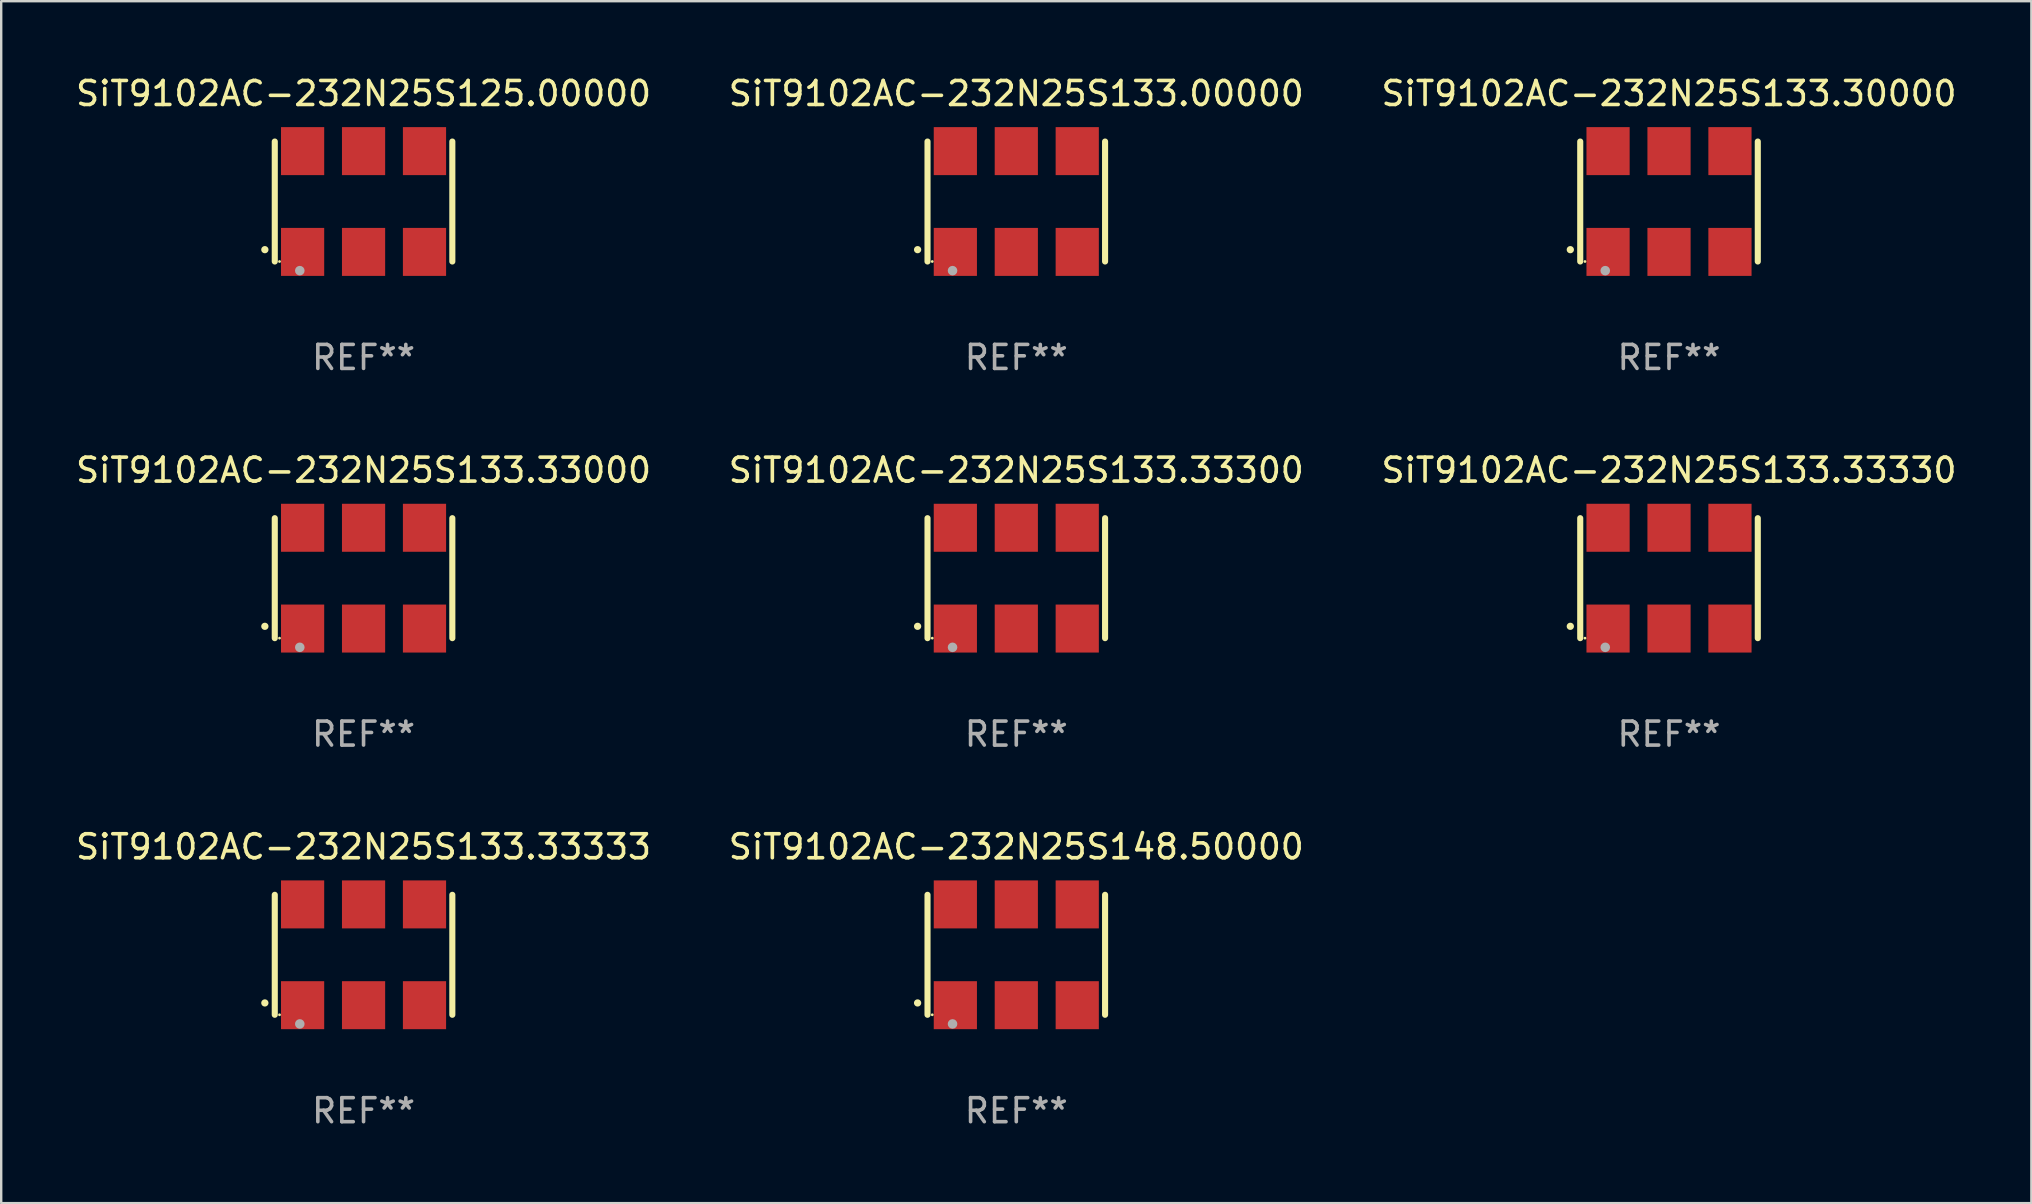
<source format=kicad_pcb>
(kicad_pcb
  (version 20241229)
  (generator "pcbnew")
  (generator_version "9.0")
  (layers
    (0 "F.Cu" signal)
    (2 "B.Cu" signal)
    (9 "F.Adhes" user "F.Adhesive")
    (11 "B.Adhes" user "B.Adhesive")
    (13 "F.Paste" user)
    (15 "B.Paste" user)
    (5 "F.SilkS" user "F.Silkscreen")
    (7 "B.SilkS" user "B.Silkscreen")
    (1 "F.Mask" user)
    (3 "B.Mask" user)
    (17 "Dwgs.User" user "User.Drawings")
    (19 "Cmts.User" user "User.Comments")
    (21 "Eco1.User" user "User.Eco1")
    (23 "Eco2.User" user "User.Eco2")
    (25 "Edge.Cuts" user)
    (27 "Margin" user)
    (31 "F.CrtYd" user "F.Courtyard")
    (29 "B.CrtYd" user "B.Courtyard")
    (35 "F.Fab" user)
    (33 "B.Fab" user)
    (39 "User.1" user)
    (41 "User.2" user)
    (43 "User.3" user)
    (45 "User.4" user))
  (footprint "SiT9102AC-232N25S125.00000"
    (layer "F.Cu")
    (at 12.101 5.348)
    (property "Reference" "SiT9102AC-232N25S125.00000" (at 0 -4.5 0) (layer "F.SilkS") (effects (font (size 1 1) (thickness 0.15))))
    (attr through_hole)
    (fp_line (start -3.7 -2.5) (end -3.7 2.5) (stroke (width 0.254) (type solid)) (layer "F.SilkS"))
    (fp_line (start 3.7 -2.5) (end 3.7 2.5) (stroke (width 0.254) (type solid)) (layer "F.SilkS"))
    (fp_arc (start -4.114415 2.006604) (mid -4.113145 2.006599) (end -4.111875 2.006604) (stroke (width 0.3) (type solid)) (layer "F.SilkS"))
    (fp_circle (center -3.502 2.5) (end -3.472 2.5) (stroke (width 0.06) (type solid)) (fill no) (layer "F.SilkS"))
    (fp_circle (center -2.657 2.882) (end -2.557 2.882) (stroke (width 0.2) (type solid)) (fill no) (layer "F.Fab"))
    (fp_text user "REF**" (at 0 6.5 0) (layer "F.Fab") (effects (font (size 1 1) (thickness 0.15))))
    (pad "1" smd rect (at -2.54 2.1) (size 1.8 2) (layers "F.Cu" "F.Mask" "F.Paste"))
    (pad "2" smd rect (at 0.000394 2.1) (size 1.8 2) (layers "F.Cu" "F.Mask" "F.Paste"))
    (pad "3" smd rect (at 2.54 2.1) (size 1.8 2) (layers "F.Cu" "F.Mask" "F.Paste"))
    (pad "4" smd rect (at 2.54 -2.1) (size 1.8 2) (layers "F.Cu" "F.Mask" "F.Paste"))
    (pad "5" smd rect (at 0.000394 -2.1) (size 1.8 2) (layers "F.Cu" "F.Mask" "F.Paste"))
    (pad "6" smd rect (at -2.54 -2.1) (size 1.8 2) (layers "F.Cu" "F.Mask" "F.Paste")))
  (footprint "SiT9102AC-232N25S133.30000"
    (layer "F.Cu")
    (at 66.506 5.348)
    (property "Reference" "SiT9102AC-232N25S133.30000" (at 0 -4.5 0) (layer "F.SilkS") (effects (font (size 1 1) (thickness 0.15))))
    (attr through_hole)
    (fp_line (start -3.7 -2.5) (end -3.7 2.5) (stroke (width 0.254) (type solid)) (layer "F.SilkS"))
    (fp_line (start 3.7 -2.5) (end 3.7 2.5) (stroke (width 0.254) (type solid)) (layer "F.SilkS"))
    (fp_arc (start -4.114415 2.006604) (mid -4.113145 2.006599) (end -4.111875 2.006604) (stroke (width 0.3) (type solid)) (layer "F.SilkS"))
    (fp_circle (center -3.502 2.5) (end -3.472 2.5) (stroke (width 0.06) (type solid)) (fill no) (layer "F.SilkS"))
    (fp_circle (center -2.657 2.882) (end -2.557 2.882) (stroke (width 0.2) (type solid)) (fill no) (layer "F.Fab"))
    (fp_text user "REF**" (at 0 6.5 0) (layer "F.Fab") (effects (font (size 1 1) (thickness 0.15))))
    (pad "1" smd rect (at -2.54 2.1) (size 1.8 2) (layers "F.Cu" "F.Mask" "F.Paste"))
    (pad "2" smd rect (at 0.000394 2.1) (size 1.8 2) (layers "F.Cu" "F.Mask" "F.Paste"))
    (pad "3" smd rect (at 2.54 2.1) (size 1.8 2) (layers "F.Cu" "F.Mask" "F.Paste"))
    (pad "4" smd rect (at 2.54 -2.1) (size 1.8 2) (layers "F.Cu" "F.Mask" "F.Paste"))
    (pad "5" smd rect (at 0.000394 -2.1) (size 1.8 2) (layers "F.Cu" "F.Mask" "F.Paste"))
    (pad "6" smd rect (at -2.54 -2.1) (size 1.8 2) (layers "F.Cu" "F.Mask" "F.Paste")))
  (footprint "SiT9102AC-232N25S133.33300"
    (layer "F.Cu")
    (at 39.304 21.045)
    (property "Reference" "SiT9102AC-232N25S133.33300" (at 0 -4.5 0) (layer "F.SilkS") (effects (font (size 1 1) (thickness 0.15))))
    (attr through_hole)
    (fp_line (start -3.7 -2.5) (end -3.7 2.5) (stroke (width 0.254) (type solid)) (layer "F.SilkS"))
    (fp_line (start 3.7 -2.5) (end 3.7 2.5) (stroke (width 0.254) (type solid)) (layer "F.SilkS"))
    (fp_arc (start -4.114415 2.006604) (mid -4.113145 2.006599) (end -4.111875 2.006604) (stroke (width 0.3) (type solid)) (layer "F.SilkS"))
    (fp_circle (center -3.502 2.5) (end -3.472 2.5) (stroke (width 0.06) (type solid)) (fill no) (layer "F.SilkS"))
    (fp_circle (center -2.657 2.882) (end -2.557 2.882) (stroke (width 0.2) (type solid)) (fill no) (layer "F.Fab"))
    (fp_text user "REF**" (at 0 6.5 0) (layer "F.Fab") (effects (font (size 1 1) (thickness 0.15))))
    (pad "1" smd rect (at -2.54 2.1) (size 1.8 2) (layers "F.Cu" "F.Mask" "F.Paste"))
    (pad "2" smd rect (at 0.000394 2.1) (size 1.8 2) (layers "F.Cu" "F.Mask" "F.Paste"))
    (pad "3" smd rect (at 2.54 2.1) (size 1.8 2) (layers "F.Cu" "F.Mask" "F.Paste"))
    (pad "4" smd rect (at 2.54 -2.1) (size 1.8 2) (layers "F.Cu" "F.Mask" "F.Paste"))
    (pad "5" smd rect (at 0.000394 -2.1) (size 1.8 2) (layers "F.Cu" "F.Mask" "F.Paste"))
    (pad "6" smd rect (at -2.54 -2.1) (size 1.8 2) (layers "F.Cu" "F.Mask" "F.Paste")))
  (footprint "SiT9102AC-232N25S133.33333"
    (layer "F.Cu")
    (at 12.101 36.741)
    (property "Reference" "SiT9102AC-232N25S133.33333" (at 0 -4.5 0) (layer "F.SilkS") (effects (font (size 1 1) (thickness 0.15))))
    (attr through_hole)
    (fp_line (start -3.7 -2.5) (end -3.7 2.5) (stroke (width 0.254) (type solid)) (layer "F.SilkS"))
    (fp_line (start 3.7 -2.5) (end 3.7 2.5) (stroke (width 0.254) (type solid)) (layer "F.SilkS"))
    (fp_arc (start -4.114415 2.006604) (mid -4.113145 2.006599) (end -4.111875 2.006604) (stroke (width 0.3) (type solid)) (layer "F.SilkS"))
    (fp_circle (center -3.502 2.5) (end -3.472 2.5) (stroke (width 0.06) (type solid)) (fill no) (layer "F.SilkS"))
    (fp_circle (center -2.657 2.882) (end -2.557 2.882) (stroke (width 0.2) (type solid)) (fill no) (layer "F.Fab"))
    (fp_text user "REF**" (at 0 6.5 0) (layer "F.Fab") (effects (font (size 1 1) (thickness 0.15))))
    (pad "1" smd rect (at -2.54 2.1) (size 1.8 2) (layers "F.Cu" "F.Mask" "F.Paste"))
    (pad "2" smd rect (at 0.000394 2.1) (size 1.8 2) (layers "F.Cu" "F.Mask" "F.Paste"))
    (pad "3" smd rect (at 2.54 2.1) (size 1.8 2) (layers "F.Cu" "F.Mask" "F.Paste"))
    (pad "4" smd rect (at 2.54 -2.1) (size 1.8 2) (layers "F.Cu" "F.Mask" "F.Paste"))
    (pad "5" smd rect (at 0.000394 -2.1) (size 1.8 2) (layers "F.Cu" "F.Mask" "F.Paste"))
    (pad "6" smd rect (at -2.54 -2.1) (size 1.8 2) (layers "F.Cu" "F.Mask" "F.Paste")))
  (footprint "SiT9102AC-232N25S148.50000"
    (layer "F.Cu")
    (at 39.304 36.741)
    (property "Reference" "SiT9102AC-232N25S148.50000" (at 0 -4.5 0) (layer "F.SilkS") (effects (font (size 1 1) (thickness 0.15))))
    (attr through_hole)
    (fp_line (start -3.7 -2.5) (end -3.7 2.5) (stroke (width 0.254) (type solid)) (layer "F.SilkS"))
    (fp_line (start 3.7 -2.5) (end 3.7 2.5) (stroke (width 0.254) (type solid)) (layer "F.SilkS"))
    (fp_arc (start -4.114415 2.006604) (mid -4.113145 2.006599) (end -4.111875 2.006604) (stroke (width 0.3) (type solid)) (layer "F.SilkS"))
    (fp_circle (center -3.502 2.5) (end -3.472 2.5) (stroke (width 0.06) (type solid)) (fill no) (layer "F.SilkS"))
    (fp_circle (center -2.657 2.882) (end -2.557 2.882) (stroke (width 0.2) (type solid)) (fill no) (layer "F.Fab"))
    (fp_text user "REF**" (at 0 6.5 0) (layer "F.Fab") (effects (font (size 1 1) (thickness 0.15))))
    (pad "1" smd rect (at -2.54 2.1) (size 1.8 2) (layers "F.Cu" "F.Mask" "F.Paste"))
    (pad "2" smd rect (at 0.000394 2.1) (size 1.8 2) (layers "F.Cu" "F.Mask" "F.Paste"))
    (pad "3" smd rect (at 2.54 2.1) (size 1.8 2) (layers "F.Cu" "F.Mask" "F.Paste"))
    (pad "4" smd rect (at 2.54 -2.1) (size 1.8 2) (layers "F.Cu" "F.Mask" "F.Paste"))
    (pad "5" smd rect (at 0.000394 -2.1) (size 1.8 2) (layers "F.Cu" "F.Mask" "F.Paste"))
    (pad "6" smd rect (at -2.54 -2.1) (size 1.8 2) (layers "F.Cu" "F.Mask" "F.Paste")))
  (footprint "SiT9102AC-232N25S133.33330"
    (layer "F.Cu")
    (at 66.506 21.045)
    (property "Reference" "SiT9102AC-232N25S133.33330" (at 0 -4.5 0) (layer "F.SilkS") (effects (font (size 1 1) (thickness 0.15))))
    (attr through_hole)
    (fp_line (start -3.7 -2.5) (end -3.7 2.5) (stroke (width 0.254) (type solid)) (layer "F.SilkS"))
    (fp_line (start 3.7 -2.5) (end 3.7 2.5) (stroke (width 0.254) (type solid)) (layer "F.SilkS"))
    (fp_arc (start -4.114415 2.006604) (mid -4.113145 2.006599) (end -4.111875 2.006604) (stroke (width 0.3) (type solid)) (layer "F.SilkS"))
    (fp_circle (center -3.502 2.5) (end -3.472 2.5) (stroke (width 0.06) (type solid)) (fill no) (layer "F.SilkS"))
    (fp_circle (center -2.657 2.882) (end -2.557 2.882) (stroke (width 0.2) (type solid)) (fill no) (layer "F.Fab"))
    (fp_text user "REF**" (at 0 6.5 0) (layer "F.Fab") (effects (font (size 1 1) (thickness 0.15))))
    (pad "1" smd rect (at -2.54 2.1) (size 1.8 2) (layers "F.Cu" "F.Mask" "F.Paste"))
    (pad "2" smd rect (at 0.000394 2.1) (size 1.8 2) (layers "F.Cu" "F.Mask" "F.Paste"))
    (pad "3" smd rect (at 2.54 2.1) (size 1.8 2) (layers "F.Cu" "F.Mask" "F.Paste"))
    (pad "4" smd rect (at 2.54 -2.1) (size 1.8 2) (layers "F.Cu" "F.Mask" "F.Paste"))
    (pad "5" smd rect (at 0.000394 -2.1) (size 1.8 2) (layers "F.Cu" "F.Mask" "F.Paste"))
    (pad "6" smd rect (at -2.54 -2.1) (size 1.8 2) (layers "F.Cu" "F.Mask" "F.Paste")))
  (footprint "SiT9102AC-232N25S133.33000"
    (layer "F.Cu")
    (at 12.101 21.045)
    (property "Reference" "SiT9102AC-232N25S133.33000" (at 0 -4.5 0) (layer "F.SilkS") (effects (font (size 1 1) (thickness 0.15))))
    (attr through_hole)
    (fp_line (start -3.7 -2.5) (end -3.7 2.5) (stroke (width 0.254) (type solid)) (layer "F.SilkS"))
    (fp_line (start 3.7 -2.5) (end 3.7 2.5) (stroke (width 0.254) (type solid)) (layer "F.SilkS"))
    (fp_arc (start -4.114415 2.006604) (mid -4.113145 2.006599) (end -4.111875 2.006604) (stroke (width 0.3) (type solid)) (layer "F.SilkS"))
    (fp_circle (center -3.502 2.5) (end -3.472 2.5) (stroke (width 0.06) (type solid)) (fill no) (layer "F.SilkS"))
    (fp_circle (center -2.657 2.882) (end -2.557 2.882) (stroke (width 0.2) (type solid)) (fill no) (layer "F.Fab"))
    (fp_text user "REF**" (at 0 6.5 0) (layer "F.Fab") (effects (font (size 1 1) (thickness 0.15))))
    (pad "1" smd rect (at -2.54 2.1) (size 1.8 2) (layers "F.Cu" "F.Mask" "F.Paste"))
    (pad "2" smd rect (at 0.000394 2.1) (size 1.8 2) (layers "F.Cu" "F.Mask" "F.Paste"))
    (pad "3" smd rect (at 2.54 2.1) (size 1.8 2) (layers "F.Cu" "F.Mask" "F.Paste"))
    (pad "4" smd rect (at 2.54 -2.1) (size 1.8 2) (layers "F.Cu" "F.Mask" "F.Paste"))
    (pad "5" smd rect (at 0.000394 -2.1) (size 1.8 2) (layers "F.Cu" "F.Mask" "F.Paste"))
    (pad "6" smd rect (at -2.54 -2.1) (size 1.8 2) (layers "F.Cu" "F.Mask" "F.Paste")))
  (footprint "SiT9102AC-232N25S133.00000"
    (layer "F.Cu")
    (at 39.304 5.348)
    (property "Reference" "SiT9102AC-232N25S133.00000" (at 0 -4.5 0) (layer "F.SilkS") (effects (font (size 1 1) (thickness 0.15))))
    (attr through_hole)
    (fp_line (start -3.7 -2.5) (end -3.7 2.5) (stroke (width 0.254) (type solid)) (layer "F.SilkS"))
    (fp_line (start 3.7 -2.5) (end 3.7 2.5) (stroke (width 0.254) (type solid)) (layer "F.SilkS"))
    (fp_arc (start -4.114415 2.006604) (mid -4.113145 2.006599) (end -4.111875 2.006604) (stroke (width 0.3) (type solid)) (layer "F.SilkS"))
    (fp_circle (center -3.502 2.5) (end -3.472 2.5) (stroke (width 0.06) (type solid)) (fill no) (layer "F.SilkS"))
    (fp_circle (center -2.657 2.882) (end -2.557 2.882) (stroke (width 0.2) (type solid)) (fill no) (layer "F.Fab"))
    (fp_text user "REF**" (at 0 6.5 0) (layer "F.Fab") (effects (font (size 1 1) (thickness 0.15))))
    (pad "1" smd rect (at -2.54 2.1) (size 1.8 2) (layers "F.Cu" "F.Mask" "F.Paste"))
    (pad "2" smd rect (at 0.000394 2.1) (size 1.8 2) (layers "F.Cu" "F.Mask" "F.Paste"))
    (pad "3" smd rect (at 2.54 2.1) (size 1.8 2) (layers "F.Cu" "F.Mask" "F.Paste"))
    (pad "4" smd rect (at 2.54 -2.1) (size 1.8 2) (layers "F.Cu" "F.Mask" "F.Paste"))
    (pad "5" smd rect (at 0.000394 -2.1) (size 1.8 2) (layers "F.Cu" "F.Mask" "F.Paste"))
    (pad "6" smd rect (at -2.54 -2.1) (size 1.8 2) (layers "F.Cu" "F.Mask" "F.Paste")))
  (gr_rect
    (start -3 -3)
    (end 81.607 47.09)
    (stroke (width 0.1) (type default))
    (fill no)
    (layer "Edge.Cuts")))
</source>
